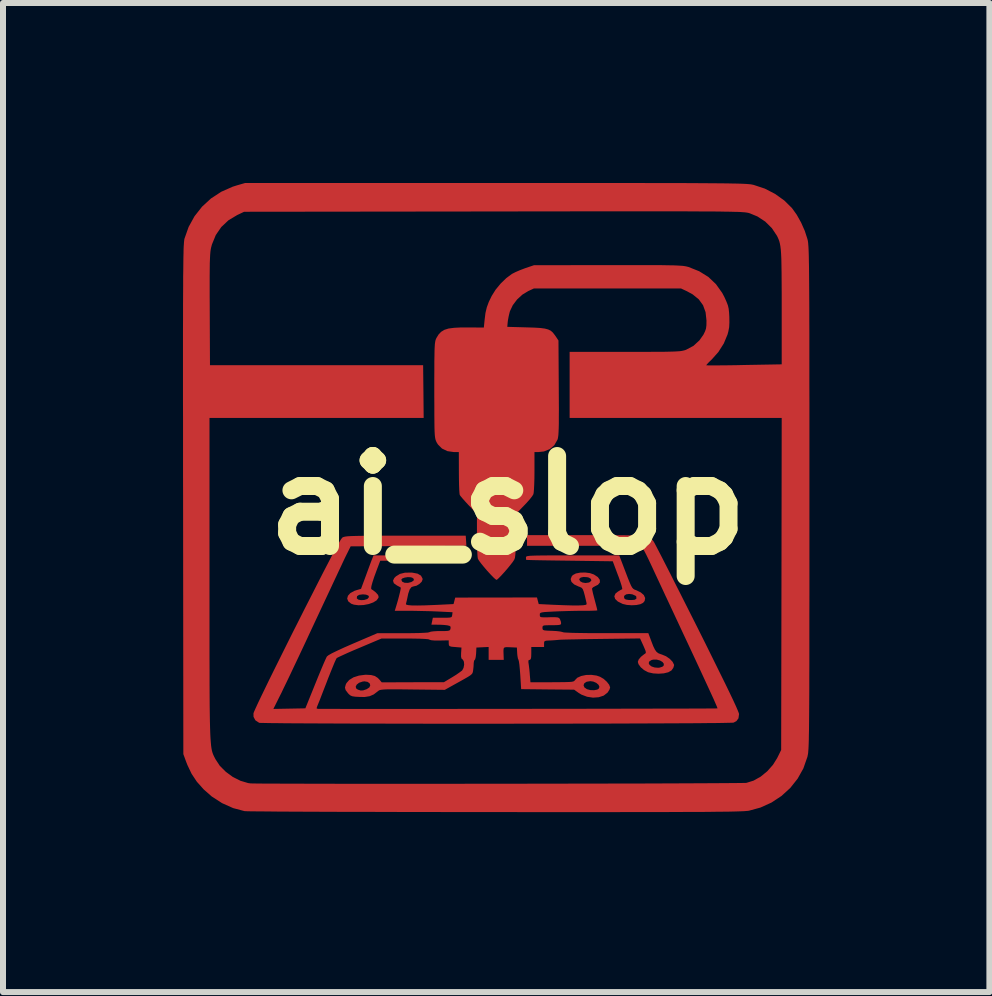
<source format=kicad_pcb>
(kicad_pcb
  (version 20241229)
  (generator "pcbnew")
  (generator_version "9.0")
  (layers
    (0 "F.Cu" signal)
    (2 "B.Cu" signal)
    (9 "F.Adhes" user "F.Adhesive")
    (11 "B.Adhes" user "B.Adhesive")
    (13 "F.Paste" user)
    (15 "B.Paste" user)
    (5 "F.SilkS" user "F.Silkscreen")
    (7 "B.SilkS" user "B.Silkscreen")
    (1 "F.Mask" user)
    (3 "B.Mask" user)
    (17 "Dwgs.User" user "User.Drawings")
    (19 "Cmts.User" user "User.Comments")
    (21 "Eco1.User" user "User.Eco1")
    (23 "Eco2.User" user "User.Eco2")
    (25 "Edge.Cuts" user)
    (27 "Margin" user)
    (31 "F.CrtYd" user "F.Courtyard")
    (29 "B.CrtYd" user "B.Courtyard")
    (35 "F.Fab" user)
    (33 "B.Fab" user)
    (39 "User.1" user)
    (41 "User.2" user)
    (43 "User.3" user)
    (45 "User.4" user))
  (footprint "ai_slop"
    (layer "F.Cu")
    (at 5.415 5.373)
    (property "Reference" "ai_slop" (at 0 0 0) (layer "F.SilkS") (effects (font (size 1.5 1.5) (thickness 0.3))))
    (attr board_only exclude_from_pos_files exclude_from_bom)
    (fp_poly (pts (xy -0.678 0.875) (xy -0.684 0.915) (xy -1.405 0.919) (xy -2.127 0.924) (xy -2.182 1.07) (xy -2.227 1.192) (xy -2.257 1.284) (xy -2.274 1.347) (xy -2.279 1.386) (xy -2.271 1.401) (xy -2.246 1.416) (xy -2.208 1.446) (xy -2.198 1.455) (xy -2.163 1.494) (xy -2.154 1.526) (xy -2.157 1.542) (xy -2.187 1.584) (xy -2.244 1.619) (xy -2.319 1.646) (xy -2.403 1.662) (xy -2.489 1.666) (xy -2.566 1.656) (xy -2.611 1.64) (xy -2.66 1.601) (xy -2.678 1.555) (xy -2.676 1.548) (xy -2.518 1.548) (xy -2.516 1.553) (xy -2.492 1.572) (xy -2.447 1.581) (xy -2.395 1.578) (xy -2.347 1.563) (xy -2.335 1.555) (xy -2.314 1.528) (xy -2.324 1.505) (xy -2.363 1.489) (xy -2.416 1.484) (xy -2.478 1.492) (xy -2.513 1.514) (xy -2.518 1.548) (xy -2.676 1.548) (xy -2.665 1.507) (xy -2.625 1.463) (xy -2.558 1.426) (xy -2.525 1.415) (xy -2.447 1.392) (xy -2.362 1.162) (xy -2.33 1.074) (xy -2.3 0.993) (xy -2.276 0.929) (xy -2.26 0.888) (xy -2.258 0.884) (xy -2.239 0.835) (xy -1.456 0.835) (xy -0.672 0.835)) (stroke (width 0) (type solid)) (fill yes) (layer "F.Cu"))
    (fp_poly (pts (xy 1.963 1.113) (xy 2.002 1.215) (xy 2.032 1.289) (xy 2.054 1.339) (xy 2.073 1.372) (xy 2.091 1.392) (xy 2.112 1.405) (xy 2.137 1.414) (xy 2.14 1.415) (xy 2.216 1.452) (xy 2.267 1.496) (xy 2.289 1.546) (xy 2.28 1.595) (xy 2.254 1.626) (xy 2.21 1.648) (xy 2.143 1.662) (xy 2.064 1.666) (xy 1.984 1.66) (xy 1.915 1.644) (xy 1.911 1.642) (xy 1.834 1.604) (xy 1.789 1.561) (xy 1.778 1.526) (xy 1.936 1.526) (xy 1.943 1.554) (xy 1.966 1.57) (xy 2.015 1.578) (xy 2.057 1.579) (xy 2.112 1.575) (xy 2.14 1.559) (xy 2.143 1.552) (xy 2.141 1.52) (xy 2.13 1.508) (xy 2.076 1.484) (xy 2.021 1.477) (xy 1.973 1.484) (xy 1.942 1.506) (xy 1.936 1.526) (xy 1.778 1.526) (xy 1.775 1.516) (xy 1.794 1.471) (xy 1.834 1.439) (xy 1.875 1.414) (xy 1.904 1.399) (xy 1.907 1.398) (xy 1.906 1.381) (xy 1.895 1.336) (xy 1.874 1.271) (xy 1.846 1.191) (xy 1.835 1.163) (xy 1.749 0.933) (xy 1.03 0.923) (xy 0.874 0.921) (xy 0.729 0.919) (xy 0.6 0.917) (xy 0.489 0.915) (xy 0.401 0.913) (xy 0.34 0.911) (xy 0.309 0.91) (xy 0.306 0.91) (xy 0.303 0.891) (xy 0.302 0.87) (xy 0.303 0.862) (xy 0.307 0.855) (xy 0.318 0.849) (xy 0.339 0.845) (xy 0.373 0.841) (xy 0.424 0.839) (xy 0.493 0.837) (xy 0.584 0.836) (xy 0.701 0.835) (xy 0.846 0.835) (xy 1.023 0.835) (xy 1.079 0.835) (xy 1.857 0.835)) (stroke (width 0) (type solid)) (fill yes) (layer "F.Cu"))
    (fp_poly (pts (xy 0.25 -5.373) (xy 0.671 -5.373) (xy 1.059 -5.373) (xy 1.415 -5.373) (xy 1.741 -5.373) (xy 2.039 -5.373) (xy 2.309 -5.372) (xy 2.554 -5.372) (xy 2.774 -5.371) (xy 2.971 -5.371) (xy 3.146 -5.37) (xy 3.301 -5.369) (xy 3.437 -5.368) (xy 3.556 -5.367) (xy 3.658 -5.366) (xy 3.745 -5.364) (xy 3.819 -5.363) (xy 3.881 -5.361) (xy 3.933 -5.359) (xy 3.975 -5.357) (xy 4.009 -5.354) (xy 4.036 -5.352) (xy 4.058 -5.349) (xy 4.077 -5.345) (xy 4.093 -5.342) (xy 4.103 -5.339) (xy 4.284 -5.279) (xy 4.454 -5.191) (xy 4.607 -5.082) (xy 4.734 -4.957) (xy 4.738 -4.952) (xy 4.816 -4.843) (xy 4.889 -4.712) (xy 4.95 -4.574) (xy 4.992 -4.444) (xy 4.996 -4.429) (xy 5 -4.413) (xy 5.003 -4.394) (xy 5.006 -4.37) (xy 5.008 -4.342) (xy 5.011 -4.307) (xy 5.013 -4.263) (xy 5.015 -4.211) (xy 5.017 -4.147) (xy 5.018 -4.071) (xy 5.02 -3.981) (xy 5.021 -3.877) (xy 5.022 -3.756) (xy 5.023 -3.617) (xy 5.024 -3.459) (xy 5.025 -3.28) (xy 5.025 -3.08) (xy 5.026 -2.856) (xy 5.026 -2.608) (xy 5.026 -2.334) (xy 5.026 -2.032) (xy 5.027 -1.701) (xy 5.027 -1.34) (xy 5.027 -0.948) (xy 5.027 -0.522) (xy 5.027 -0.124) (xy 5.027 0.331) (xy 5.027 0.751) (xy 5.027 1.14) (xy 5.027 1.496) (xy 5.026 1.823) (xy 5.026 2.121) (xy 5.026 2.392) (xy 5.026 2.637) (xy 5.025 2.857) (xy 5.025 3.055) (xy 5.024 3.23) (xy 5.023 3.385) (xy 5.022 3.522) (xy 5.021 3.641) (xy 5.02 3.743) (xy 5.018 3.831) (xy 5.017 3.905) (xy 5.015 3.968) (xy 5.013 4.019) (xy 5.011 4.061) (xy 5.008 4.096) (xy 5.006 4.124) (xy 5.003 4.146) (xy 4.999 4.165) (xy 4.996 4.182) (xy 4.992 4.198) (xy 4.991 4.2) (xy 4.926 4.386) (xy 4.83 4.557) (xy 4.708 4.711) (xy 4.561 4.845) (xy 4.394 4.955) (xy 4.211 5.038) (xy 4.021 5.09) (xy 4.002 5.093) (xy 3.976 5.095) (xy 3.941 5.098) (xy 3.895 5.1) (xy 3.839 5.102) (xy 3.769 5.104) (xy 3.686 5.106) (xy 3.587 5.107) (xy 3.471 5.108) (xy 3.338 5.11) (xy 3.184 5.111) (xy 3.01 5.111) (xy 2.814 5.112) (xy 2.595 5.113) (xy 2.351 5.113) (xy 2.08 5.113) (xy 1.783 5.114) (xy 1.456 5.114) (xy 1.1 5.114) (xy 0.712 5.114) (xy 0.291 5.114) (xy -0.163 5.113) (xy -0.21 5.113) (xy -0.59 5.113) (xy -0.962 5.113) (xy -1.322 5.112) (xy -1.671 5.112) (xy -2.006 5.111) (xy -2.326 5.11) (xy -2.629 5.11) (xy -2.913 5.109) (xy -3.177 5.108) (xy -3.42 5.107) (xy -3.639 5.106) (xy -3.834 5.105) (xy -4.002 5.103) (xy -4.142 5.102) (xy -4.252 5.101) (xy -4.33 5.1) (xy -4.376 5.098) (xy -4.387 5.098) (xy -4.579 5.047) (xy -4.764 4.964) (xy -4.936 4.853) (xy -5.071 4.734) (xy -5.184 4.607) (xy -5.271 4.476) (xy -5.341 4.329) (xy -5.361 4.278) (xy -5.409 4.147) (xy -5.413 -0.095) (xy -5.414 -0.556) (xy -5.414 -0.983) (xy -5.414 -1.378) (xy -5.414 -1.457) (xy -4.973 -1.457) (xy -4.973 1.23) (xy -4.973 1.599) (xy -4.973 1.934) (xy -4.973 2.237) (xy -4.973 2.51) (xy -4.972 2.754) (xy -4.972 2.972) (xy -4.971 3.164) (xy -4.97 3.333) (xy -4.968 3.48) (xy -4.966 3.607) (xy -4.963 3.717) (xy -4.96 3.809) (xy -4.956 3.887) (xy -4.951 3.952) (xy -4.946 4.006) (xy -4.94 4.05) (xy -4.933 4.087) (xy -4.925 4.117) (xy -4.916 4.143) (xy -4.906 4.167) (xy -4.895 4.19) (xy -4.883 4.213) (xy -4.874 4.231) (xy -4.801 4.342) (xy -4.701 4.442) (xy -4.584 4.528) (xy -4.456 4.592) (xy -4.328 4.63) (xy -4.29 4.635) (xy -4.261 4.636) (xy -4.199 4.637) (xy -4.105 4.638) (xy -3.982 4.639) (xy -3.832 4.639) (xy -3.656 4.64) (xy -3.456 4.64) (xy -3.234 4.641) (xy -2.993 4.641) (xy -2.734 4.642) (xy -2.458 4.642) (xy -2.169 4.642) (xy -1.868 4.642) (xy -1.556 4.642) (xy -1.236 4.642) (xy -0.91 4.642) (xy -0.58 4.641) (xy -0.247 4.641) (xy 0.086 4.641) (xy 0.418 4.64) (xy 0.747 4.64) (xy 1.07 4.639) (xy 1.387 4.639) (xy 1.694 4.638) (xy 1.99 4.637) (xy 2.273 4.637) (xy 2.541 4.636) (xy 2.792 4.635) (xy 3.025 4.634) (xy 3.237 4.633) (xy 3.426 4.632) (xy 3.591 4.631) (xy 3.729 4.63) (xy 3.838 4.629) (xy 3.918 4.628) (xy 3.965 4.627) (xy 3.978 4.626) (xy 4.096 4.589) (xy 4.214 4.523) (xy 4.324 4.433) (xy 4.419 4.326) (xy 4.489 4.214) (xy 4.556 4.078) (xy 4.561 1.311) (xy 4.565 -1.457) (xy 2.798 -1.457) (xy 1.03 -1.457) (xy 1.03 -2.007) (xy 1.03 -2.558) (xy 1.953 -2.558) (xy 2.159 -2.558) (xy 2.332 -2.558) (xy 2.475 -2.559) (xy 2.593 -2.559) (xy 2.688 -2.561) (xy 2.763 -2.563) (xy 2.821 -2.566) (xy 2.866 -2.569) (xy 2.901 -2.574) (xy 2.928 -2.58) (xy 2.952 -2.586) (xy 2.971 -2.593) (xy 3.094 -2.658) (xy 3.194 -2.75) (xy 3.26 -2.844) (xy 3.287 -2.899) (xy 3.303 -2.946) (xy 3.31 -3.001) (xy 3.311 -3.076) (xy 3.311 -3.082) (xy 3.296 -3.219) (xy 3.254 -3.335) (xy 3.183 -3.433) (xy 3.081 -3.516) (xy 2.986 -3.568) (xy 2.886 -3.615) (xy 1.661 -3.615) (xy 0.435 -3.615) (xy 0.342 -3.572) (xy 0.244 -3.513) (xy 0.155 -3.432) (xy 0.083 -3.337) (xy 0.036 -3.238) (xy 0.031 -3.222) (xy 0.014 -3.151) (xy 0.001 -3.081) (xy -0.003 -3.046) (xy -0.009 -2.975) (xy 0.311 -2.966) (xy 0.441 -2.962) (xy 0.541 -2.956) (xy 0.617 -2.946) (xy 0.673 -2.931) (xy 0.716 -2.91) (xy 0.75 -2.88) (xy 0.781 -2.84) (xy 0.795 -2.821) (xy 0.844 -2.747) (xy 0.849 -1.955) (xy 0.85 -1.762) (xy 0.851 -1.602) (xy 0.85 -1.471) (xy 0.85 -1.365) (xy 0.848 -1.281) (xy 0.845 -1.217) (xy 0.842 -1.169) (xy 0.837 -1.133) (xy 0.832 -1.107) (xy 0.826 -1.091) (xy 0.774 -1.001) (xy 0.698 -0.936) (xy 0.602 -0.898) (xy 0.512 -0.888) (xy 0.444 -0.888) (xy 0.444 -0.561) (xy 0.443 -0.452) (xy 0.44 -0.353) (xy 0.436 -0.271) (xy 0.431 -0.212) (xy 0.426 -0.185) (xy 0.406 -0.152) (xy 0.367 -0.102) (xy 0.315 -0.043) (xy 0.276 -0.002) (xy 0.145 0.133) (xy 0.139 0.497) (xy 0.136 0.638) (xy 0.131 0.746) (xy 0.125 0.824) (xy 0.118 0.876) (xy 0.108 0.904) (xy 0.083 0.942) (xy 0.043 0.994) (xy -0.006 1.054) (xy -0.058 1.114) (xy -0.108 1.169) (xy -0.151 1.213) (xy -0.18 1.239) (xy -0.188 1.243) (xy -0.209 1.23) (xy -0.246 1.196) (xy -0.294 1.146) (xy -0.347 1.088) (xy -0.399 1.027) (xy -0.446 0.969) (xy -0.481 0.922) (xy -0.499 0.891) (xy -0.504 0.861) (xy -0.508 0.802) (xy -0.512 0.72) (xy -0.514 0.62) (xy -0.515 0.51) (xy -0.515 0.497) (xy -0.515 0.144) (xy -0.653 -0.001) (xy -0.709 -0.062) (xy -0.757 -0.116) (xy -0.79 -0.156) (xy -0.802 -0.175) (xy -0.806 -0.201) (xy -0.81 -0.257) (xy -0.813 -0.336) (xy -0.815 -0.433) (xy -0.816 -0.541) (xy -0.816 -0.546) (xy -0.817 -0.888) (xy -0.903 -0.888) (xy -1.007 -0.903) (xy -1.097 -0.946) (xy -1.165 -1.014) (xy -1.186 -1.048) (xy -1.195 -1.067) (xy -1.203 -1.087) (xy -1.209 -1.11) (xy -1.214 -1.139) (xy -1.218 -1.179) (xy -1.221 -1.233) (xy -1.223 -1.303) (xy -1.224 -1.394) (xy -1.225 -1.509) (xy -1.225 -1.65) (xy -1.226 -1.822) (xy -1.226 -1.923) (xy -1.226 -2.112) (xy -1.225 -2.27) (xy -1.225 -2.398) (xy -1.223 -2.501) (xy -1.222 -2.582) (xy -1.219 -2.644) (xy -1.216 -2.69) (xy -1.211 -2.725) (xy -1.206 -2.75) (xy -1.199 -2.77) (xy -1.191 -2.788) (xy -1.155 -2.847) (xy -1.112 -2.892) (xy -1.058 -2.925) (xy -0.988 -2.947) (xy -0.895 -2.959) (xy -0.777 -2.965) (xy -0.661 -2.965) (xy -0.4 -2.963) (xy -0.387 -3.093) (xy -0.373 -3.206) (xy -0.351 -3.299) (xy -0.318 -3.389) (xy -0.269 -3.49) (xy -0.204 -3.594) (xy -0.119 -3.697) (xy -0.025 -3.788) (xy 0.068 -3.857) (xy 0.074 -3.86) (xy 0.129 -3.888) (xy 0.203 -3.92) (xy 0.282 -3.95) (xy 0.293 -3.954) (xy 0.435 -4.002) (xy 1.67 -4.004) (xy 1.91 -4.004) (xy 2.118 -4.004) (xy 2.296 -4.004) (xy 2.446 -4.004) (xy 2.572 -4.003) (xy 2.675 -4.001) (xy 2.759 -4) (xy 2.826 -3.997) (xy 2.878 -3.994) (xy 2.92 -3.991) (xy 2.953 -3.986) (xy 2.979 -3.981) (xy 3.002 -3.975) (xy 3.011 -3.973) (xy 3.189 -3.902) (xy 3.342 -3.807) (xy 3.469 -3.687) (xy 3.573 -3.541) (xy 3.61 -3.471) (xy 3.645 -3.393) (xy 3.668 -3.333) (xy 3.681 -3.277) (xy 3.688 -3.21) (xy 3.692 -3.141) (xy 3.693 -3.044) (xy 3.689 -2.968) (xy 3.676 -2.899) (xy 3.662 -2.847) (xy 3.6 -2.698) (xy 3.51 -2.556) (xy 3.398 -2.43) (xy 3.394 -2.427) (xy 3.35 -2.384) (xy 3.319 -2.351) (xy 3.308 -2.335) (xy 3.308 -2.334) (xy 3.327 -2.333) (xy 3.377 -2.332) (xy 3.455 -2.332) (xy 3.556 -2.333) (xy 3.676 -2.334) (xy 3.811 -2.336) (xy 3.94 -2.339) (xy 4.565 -2.35) (xy 4.565 -3.302) (xy 4.565 -3.521) (xy 4.564 -3.708) (xy 4.563 -3.865) (xy 4.561 -3.996) (xy 4.559 -4.104) (xy 4.555 -4.191) (xy 4.55 -4.262) (xy 4.543 -4.319) (xy 4.534 -4.366) (xy 4.524 -4.405) (xy 4.511 -4.439) (xy 4.496 -4.472) (xy 4.485 -4.494) (xy 4.401 -4.62) (xy 4.29 -4.73) (xy 4.16 -4.815) (xy 4.034 -4.867) (xy 4.021 -4.871) (xy 4.007 -4.875) (xy 3.991 -4.878) (xy 3.972 -4.881) (xy 3.947 -4.884) (xy 3.917 -4.886) (xy 3.879 -4.889) (xy 3.831 -4.891) (xy 3.774 -4.892) (xy 3.705 -4.894) (xy 3.622 -4.895) (xy 3.525 -4.897) (xy 3.413 -4.898) (xy 3.283 -4.898) (xy 3.134 -4.899) (xy 2.965 -4.9) (xy 2.775 -4.9) (xy 2.562 -4.9) (xy 2.325 -4.9) (xy 2.063 -4.9) (xy 1.773 -4.9) (xy 1.456 -4.9) (xy 1.108 -4.9) (xy 0.73 -4.899) (xy 0.319 -4.899) (xy -0.126 -4.898) (xy -0.24 -4.898) (xy -4.396 -4.893) (xy -4.512 -4.838) (xy -4.657 -4.751) (xy -4.776 -4.639) (xy -4.868 -4.505) (xy -4.932 -4.349) (xy -4.947 -4.293) (xy -4.953 -4.262) (xy -4.958 -4.223) (xy -4.962 -4.175) (xy -4.965 -4.113) (xy -4.968 -4.035) (xy -4.969 -3.937) (xy -4.97 -3.817) (xy -4.97 -3.671) (xy -4.97 -3.497) (xy -4.969 -3.29) (xy -4.969 -3.256) (xy -4.965 -2.336) (xy -3.188 -2.336) (xy -1.412 -2.336) (xy -1.407 -1.896) (xy -1.403 -1.457) (xy -3.188 -1.457) (xy -4.973 -1.457) (xy -5.414 -1.457) (xy -5.415 -1.741) (xy -5.415 -2.074) (xy -5.415 -2.378) (xy -5.415 -2.654) (xy -5.415 -2.905) (xy -5.414 -3.13) (xy -5.414 -3.332) (xy -5.413 -3.512) (xy -5.412 -3.671) (xy -5.412 -3.811) (xy -5.41 -3.932) (xy -5.409 -4.037) (xy -5.408 -4.126) (xy -5.406 -4.202) (xy -5.405 -4.264) (xy -5.403 -4.315) (xy -5.4 -4.356) (xy -5.398 -4.388) (xy -5.395 -4.413) (xy -5.393 -4.432) (xy -5.39 -4.445) (xy -5.321 -4.64) (xy -5.223 -4.818) (xy -5.097 -4.978) (xy -4.948 -5.115) (xy -4.776 -5.227) (xy -4.586 -5.311) (xy -4.52 -5.332) (xy -4.378 -5.373) (xy -0.204 -5.373)) (stroke (width 0) (type solid)) (fill yes) (layer "F.Cu"))
    (fp_poly (pts (xy 1.508 0.497) (xy 1.697 0.498) (xy 1.855 0.499) (xy 1.986 0.5) (xy 2.094 0.503) (xy 2.18 0.507) (xy 2.247 0.513) (xy 2.299 0.52) (xy 2.338 0.529) (xy 2.367 0.541) (xy 2.389 0.556) (xy 2.407 0.573) (xy 2.423 0.594) (xy 2.429 0.601) (xy 2.442 0.624) (xy 2.47 0.677) (xy 2.511 0.756) (xy 2.565 0.86) (xy 2.629 0.986) (xy 2.704 1.132) (xy 2.786 1.296) (xy 2.877 1.475) (xy 2.973 1.666) (xy 3.075 1.868) (xy 3.16 2.037) (xy 3.299 2.315) (xy 3.421 2.562) (xy 3.528 2.779) (xy 3.62 2.965) (xy 3.696 3.122) (xy 3.757 3.25) (xy 3.803 3.35) (xy 3.834 3.422) (xy 3.851 3.466) (xy 3.854 3.481) (xy 3.844 3.551) (xy 3.81 3.597) (xy 3.763 3.622) (xy 3.74 3.624) (xy 3.684 3.625) (xy 3.596 3.627) (xy 3.478 3.629) (xy 3.333 3.63) (xy 3.162 3.632) (xy 2.967 3.633) (xy 2.751 3.634) (xy 2.515 3.635) (xy 2.261 3.636) (xy 1.991 3.637) (xy 1.708 3.638) (xy 1.412 3.639) (xy 1.107 3.639) (xy 0.794 3.64) (xy 0.474 3.64) (xy 0.151 3.64) (xy -0.175 3.641) (xy -0.5 3.641) (xy -0.824 3.641) (xy -1.144 3.641) (xy -1.458 3.64) (xy -1.764 3.64) (xy -2.061 3.639) (xy -2.346 3.639) (xy -2.617 3.638) (xy -2.873 3.637) (xy -3.111 3.636) (xy -3.329 3.635) (xy -3.526 3.634) (xy -3.7 3.633) (xy -3.848 3.631) (xy -3.969 3.63) (xy -4.06 3.628) (xy -4.12 3.627) (xy -4.147 3.625) (xy -4.147 3.624) (xy -4.208 3.584) (xy -4.239 3.526) (xy -4.24 3.468) (xy -4.231 3.442) (xy -4.206 3.386) (xy -4.168 3.303) (xy -4.116 3.194) (xy -4.052 3.062) (xy -3.978 2.909) (xy -3.893 2.737) (xy -3.799 2.548) (xy -3.697 2.343) (xy -3.589 2.126) (xy -3.517 1.984) (xy -3.384 1.72) (xy -3.265 1.487) (xy -3.161 1.282) (xy -3.071 1.106) (xy -2.993 0.956) (xy -2.928 0.831) (xy -2.874 0.73) (xy -2.831 0.652) (xy -2.798 0.594) (xy -2.774 0.557) (xy -2.759 0.538) (xy -2.757 0.537) (xy -2.744 0.53) (xy -2.727 0.525) (xy -2.702 0.52) (xy -2.667 0.516) (xy -2.618 0.513) (xy -2.553 0.511) (xy -2.469 0.509) (xy -2.363 0.508) (xy -2.232 0.507) (xy -2.074 0.506) (xy -1.886 0.506) (xy -1.706 0.506) (xy -0.702 0.506) (xy -0.696 0.59) (xy -0.691 0.675) (xy -1.655 0.679) (xy -2.62 0.684) (xy -2.673 0.791) (xy -2.685 0.814) (xy -2.698 0.841) (xy -2.713 0.871) (xy -2.731 0.909) (xy -2.753 0.956) (xy -2.78 1.014) (xy -2.814 1.086) (xy -2.855 1.174) (xy -2.905 1.28) (xy -2.964 1.407) (xy -3.034 1.556) (xy -3.116 1.731) (xy -3.21 1.932) (xy -3.318 2.163) (xy -3.34 2.211) (xy -3.414 2.369) (xy -3.488 2.526) (xy -3.56 2.678) (xy -3.627 2.82) (xy -3.687 2.945) (xy -3.738 3.05) (xy -3.776 3.13) (xy -3.786 3.149) (xy -3.908 3.394) (xy -3.642 3.389) (xy -3.375 3.384) (xy -3.208 2.971) (xy -3.161 2.855) (xy -3.117 2.749) (xy -3.079 2.658) (xy -3.047 2.585) (xy -3.025 2.537) (xy -3.016 2.52) (xy -2.99 2.499) (xy -2.932 2.466) (xy -2.843 2.423) (xy -2.726 2.369) (xy -2.584 2.307) (xy -2.176 2.132) (xy -1.746 2.132) (xy -1.604 2.131) (xy -1.486 2.129) (xy -1.395 2.125) (xy -1.335 2.121) (xy -1.307 2.115) (xy -1.306 2.114) (xy -1.284 2.106) (xy -1.235 2.1) (xy -1.168 2.096) (xy -1.129 2.096) (xy -1.051 2.096) (xy -1.002 2.093) (xy -0.975 2.087) (xy -0.962 2.075) (xy -0.956 2.056) (xy -0.955 2.053) (xy -0.954 2.024) (xy -0.973 2.009) (xy -1.011 2) (xy -1.066 1.994) (xy -1.137 1.99) (xy -1.175 1.99) (xy -1.274 1.989) (xy -1.262 1.932) (xy -1.25 1.874) (xy -1.091 1.874) (xy -1.016 1.874) (xy -0.969 1.871) (xy -0.943 1.865) (xy -0.932 1.852) (xy -0.928 1.832) (xy -0.927 1.828) (xy -0.922 1.782) (xy -1.165 1.77) (xy -1.285 1.765) (xy -1.42 1.762) (xy -1.554 1.759) (xy -1.647 1.758) (xy -1.885 1.758) (xy -1.872 1.718) (xy -1.853 1.654) (xy -1.832 1.582) (xy -1.813 1.509) (xy -1.797 1.445) (xy -1.787 1.397) (xy -1.784 1.373) (xy -1.784 1.372) (xy -1.803 1.36) (xy -1.841 1.34) (xy -1.85 1.335) (xy -1.9 1.299) (xy -1.914 1.257) (xy -1.906 1.239) (xy -1.776 1.239) (xy -1.761 1.273) (xy -1.721 1.291) (xy -1.665 1.293) (xy -1.609 1.279) (xy -1.571 1.255) (xy -1.566 1.228) (xy -1.594 1.206) (xy -1.621 1.199) (xy -1.67 1.197) (xy -1.72 1.205) (xy -1.76 1.22) (xy -1.776 1.239) (xy -1.776 1.239) (xy -1.906 1.239) (xy -1.893 1.212) (xy -1.865 1.184) (xy -1.798 1.143) (xy -1.715 1.123) (xy -1.609 1.121) (xy -1.589 1.123) (xy -1.504 1.139) (xy -1.448 1.172) (xy -1.422 1.22) (xy -1.421 1.237) (xy -1.436 1.274) (xy -1.474 1.311) (xy -1.522 1.34) (xy -1.566 1.35) (xy -1.605 1.362) (xy -1.636 1.402) (xy -1.66 1.472) (xy -1.668 1.51) (xy -1.681 1.572) (xy -1.693 1.622) (xy -1.699 1.645) (xy -1.692 1.656) (xy -1.66 1.664) (xy -1.6 1.669) (xy -1.51 1.67) (xy -1.39 1.668) (xy -1.237 1.662) (xy -1.148 1.658) (xy -0.905 1.646) (xy -0.891 1.592) (xy -0.877 1.538) (xy -0.196 1.537) (xy 0.486 1.536) (xy 0.5 1.591) (xy 0.515 1.646) (xy 0.757 1.658) (xy 0.932 1.665) (xy 1.073 1.669) (xy 1.18 1.669) (xy 1.255 1.666) (xy 1.299 1.659) (xy 1.314 1.648) (xy 1.314 1.647) (xy 1.31 1.62) (xy 1.298 1.569) (xy 1.283 1.505) (xy 1.282 1.501) (xy 1.264 1.436) (xy 1.249 1.397) (xy 1.229 1.374) (xy 1.199 1.36) (xy 1.181 1.354) (xy 1.106 1.319) (xy 1.061 1.277) (xy 1.049 1.235) (xy 1.19 1.235) (xy 1.206 1.266) (xy 1.245 1.287) (xy 1.296 1.295) (xy 1.35 1.287) (xy 1.368 1.279) (xy 1.392 1.254) (xy 1.385 1.227) (xy 1.351 1.205) (xy 1.323 1.198) (xy 1.262 1.194) (xy 1.215 1.204) (xy 1.191 1.227) (xy 1.19 1.235) (xy 1.049 1.235) (xy 1.047 1.23) (xy 1.066 1.182) (xy 1.085 1.162) (xy 1.134 1.136) (xy 1.206 1.122) (xy 1.288 1.12) (xy 1.368 1.13) (xy 1.435 1.153) (xy 1.5 1.196) (xy 1.533 1.242) (xy 1.534 1.286) (xy 1.503 1.324) (xy 1.457 1.347) (xy 1.42 1.367) (xy 1.403 1.388) (xy 1.403 1.389) (xy 1.408 1.415) (xy 1.419 1.467) (xy 1.437 1.536) (xy 1.448 1.578) (xy 1.467 1.649) (xy 1.482 1.707) (xy 1.49 1.743) (xy 1.492 1.751) (xy 1.475 1.754) (xy 1.43 1.756) (xy 1.361 1.758) (xy 1.277 1.758) (xy 1.255 1.758) (xy 1.138 1.759) (xy 1.003 1.762) (xy 0.869 1.766) (xy 0.775 1.77) (xy 0.679 1.775) (xy 0.612 1.779) (xy 0.569 1.785) (xy 0.546 1.792) (xy 0.535 1.802) (xy 0.533 1.817) (xy 0.533 1.823) (xy 0.534 1.844) (xy 0.54 1.858) (xy 0.559 1.865) (xy 0.597 1.867) (xy 0.659 1.867) (xy 0.714 1.865) (xy 0.784 1.865) (xy 0.827 1.868) (xy 0.852 1.877) (xy 0.867 1.894) (xy 0.869 1.898) (xy 0.885 1.941) (xy 0.888 1.966) (xy 0.885 1.982) (xy 0.869 1.991) (xy 0.835 1.996) (xy 0.776 1.998) (xy 0.733 1.998) (xy 0.658 1.999) (xy 0.612 2.001) (xy 0.588 2.008) (xy 0.579 2.02) (xy 0.577 2.041) (xy 0.577 2.043) (xy 0.579 2.064) (xy 0.588 2.077) (xy 0.611 2.085) (xy 0.655 2.089) (xy 0.727 2.092) (xy 0.737 2.092) (xy 0.81 2.096) (xy 0.87 2.103) (xy 0.907 2.111) (xy 0.914 2.114) (xy 0.936 2.119) (xy 0.99 2.122) (xy 1.076 2.126) (xy 1.188 2.128) (xy 1.327 2.13) (xy 1.487 2.131) (xy 1.636 2.131) (xy 2.342 2.131) (xy 2.39 2.26) (xy 2.423 2.346) (xy 2.451 2.404) (xy 2.478 2.442) (xy 2.509 2.466) (xy 2.55 2.482) (xy 2.567 2.487) (xy 2.637 2.516) (xy 2.699 2.559) (xy 2.746 2.608) (xy 2.77 2.656) (xy 2.771 2.668) (xy 2.758 2.71) (xy 2.728 2.752) (xy 2.725 2.754) (xy 2.674 2.783) (xy 2.6 2.801) (xy 2.513 2.807) (xy 2.424 2.802) (xy 2.344 2.784) (xy 2.335 2.781) (xy 2.27 2.746) (xy 2.215 2.699) (xy 2.178 2.648) (xy 2.173 2.631) (xy 2.348 2.631) (xy 2.362 2.66) (xy 2.396 2.686) (xy 2.446 2.703) (xy 2.505 2.708) (xy 2.531 2.705) (xy 2.573 2.692) (xy 2.596 2.676) (xy 2.601 2.643) (xy 2.579 2.612) (xy 2.537 2.587) (xy 2.483 2.572) (xy 2.426 2.572) (xy 2.397 2.578) (xy 2.358 2.602) (xy 2.348 2.631) (xy 2.173 2.631) (xy 2.167 2.609) (xy 2.181 2.57) (xy 2.219 2.525) (xy 2.27 2.484) (xy 2.281 2.477) (xy 2.296 2.466) (xy 2.301 2.449) (xy 2.293 2.419) (xy 2.272 2.369) (xy 2.259 2.339) (xy 2.204 2.219) (xy 1.56 2.227) (xy 1.409 2.229) (xy 1.267 2.231) (xy 1.139 2.234) (xy 1.029 2.236) (xy 0.942 2.238) (xy 0.881 2.24) (xy 0.853 2.242) (xy 0.797 2.247) (xy 0.727 2.252) (xy 0.697 2.253) (xy 0.643 2.256) (xy 0.615 2.263) (xy 0.605 2.281) (xy 0.604 2.309) (xy 0.604 2.362) (xy 0.497 2.362) (xy 0.391 2.362) (xy 0.391 2.469) (xy 0.389 2.53) (xy 0.382 2.563) (xy 0.368 2.575) (xy 0.363 2.576) (xy 0.343 2.585) (xy 0.343 2.617) (xy 0.344 2.624) (xy 0.35 2.666) (xy 0.358 2.73) (xy 0.365 2.803) (xy 0.365 2.811) (xy 0.377 2.949) (xy 0.739 2.949) (xy 0.861 2.948) (xy 0.953 2.947) (xy 1.019 2.945) (xy 1.063 2.942) (xy 1.091 2.936) (xy 1.107 2.928) (xy 1.116 2.918) (xy 1.118 2.915) (xy 1.158 2.874) (xy 1.223 2.845) (xy 1.305 2.828) (xy 1.393 2.826) (xy 1.48 2.838) (xy 1.537 2.858) (xy 1.597 2.893) (xy 1.65 2.941) (xy 1.689 2.991) (xy 1.705 3.035) (xy 1.705 3.037) (xy 1.694 3.072) (xy 1.667 3.115) (xy 1.661 3.123) (xy 1.598 3.172) (xy 1.515 3.199) (xy 1.42 3.206) (xy 1.321 3.191) (xy 1.226 3.155) (xy 1.179 3.126) (xy 1.105 3.073) (xy 0.664 3.069) (xy 0.222 3.064) (xy 0.218 3) (xy 1.262 3) (xy 1.277 3.036) (xy 1.319 3.065) (xy 1.375 3.08) (xy 1.437 3.082) (xy 1.49 3.072) (xy 1.514 3.058) (xy 1.527 3.026) (xy 1.511 2.991) (xy 1.475 2.96) (xy 1.424 2.938) (xy 1.375 2.931) (xy 1.313 2.941) (xy 1.275 2.966) (xy 1.262 3) (xy 0.218 3) (xy 0.207 2.824) (xy 0.2 2.736) (xy 0.193 2.66) (xy 0.185 2.605) (xy 0.178 2.577) (xy 0.177 2.575) (xy 0.168 2.554) (xy 0.16 2.508) (xy 0.156 2.469) (xy 0.151 2.371) (xy 0.04 2.366) (xy -0.019 2.364) (xy -0.054 2.368) (xy -0.07 2.387) (xy -0.073 2.427) (xy -0.071 2.491) (xy -0.068 2.576) (xy -0.194 2.576) (xy -0.32 2.576) (xy -0.32 2.468) (xy -0.32 2.361) (xy -0.422 2.366) (xy -0.524 2.371) (xy -0.529 2.473) (xy -0.535 2.528) (xy -0.544 2.565) (xy -0.552 2.576) (xy -0.563 2.591) (xy -0.569 2.629) (xy -0.569 2.633) (xy -0.572 2.693) (xy -0.579 2.754) (xy -0.583 2.777) (xy -0.589 2.796) (xy -0.601 2.813) (xy -0.624 2.833) (xy -0.662 2.858) (xy -0.719 2.891) (xy -0.799 2.936) (xy -0.877 2.979) (xy -1.051 3.076) (xy -1.59 3.07) (xy -1.742 3.068) (xy -1.863 3.067) (xy -1.957 3.067) (xy -2.027 3.068) (xy -2.077 3.071) (xy -2.112 3.075) (xy -2.136 3.08) (xy -2.152 3.088) (xy -2.165 3.098) (xy -2.17 3.102) (xy -2.235 3.152) (xy -2.304 3.182) (xy -2.386 3.195) (xy -2.473 3.194) (xy -2.545 3.19) (xy -2.592 3.183) (xy -2.623 3.17) (xy -2.65 3.148) (xy -2.666 3.13) (xy -2.704 3.08) (xy -2.715 3.038) (xy -2.711 3.023) (xy -2.536 3.023) (xy -2.527 3.054) (xy -2.5 3.072) (xy -2.453 3.087) (xy -2.412 3.085) (xy -2.359 3.067) (xy -2.353 3.065) (xy -2.308 3.035) (xy -2.293 3) (xy -2.304 2.967) (xy -2.338 2.943) (xy -2.39 2.934) (xy -2.421 2.938) (xy -2.48 2.958) (xy -2.519 2.989) (xy -2.536 3.023) (xy -2.711 3.023) (xy -2.702 2.989) (xy -2.69 2.964) (xy -2.644 2.911) (xy -2.572 2.867) (xy -2.481 2.838) (xy -2.381 2.825) (xy -2.366 2.824) (xy -2.279 2.829) (xy -2.217 2.845) (xy -2.168 2.877) (xy -2.139 2.907) (xy -2.102 2.951) (xy -1.584 2.949) (xy -1.065 2.948) (xy -0.928 2.866) (xy -0.862 2.825) (xy -0.806 2.786) (xy -0.767 2.757) (xy -0.759 2.749) (xy -0.738 2.708) (xy -0.728 2.657) (xy -0.732 2.608) (xy -0.748 2.574) (xy -0.757 2.568) (xy -0.773 2.553) (xy -0.78 2.52) (xy -0.779 2.464) (xy -0.773 2.371) (xy -0.879 2.362) (xy -0.937 2.357) (xy -0.969 2.348) (xy -0.982 2.333) (xy -0.985 2.306) (xy -0.985 2.302) (xy -0.986 2.251) (xy -1.14 2.254) (xy -1.219 2.254) (xy -1.275 2.249) (xy -1.304 2.241) (xy -1.305 2.239) (xy -1.327 2.232) (xy -1.384 2.227) (xy -1.475 2.223) (xy -1.6 2.221) (xy -1.711 2.22) (xy -2.105 2.22) (xy -2.469 2.374) (xy -2.576 2.419) (xy -2.672 2.461) (xy -2.753 2.498) (xy -2.813 2.526) (xy -2.847 2.543) (xy -2.853 2.547) (xy -2.865 2.569) (xy -2.888 2.619) (xy -2.918 2.692) (xy -2.955 2.783) (xy -2.997 2.888) (xy -3.02 2.949) (xy -3.063 3.059) (xy -3.102 3.16) (xy -3.135 3.246) (xy -3.162 3.312) (xy -3.178 3.352) (xy -3.182 3.362) (xy -3.188 3.385) (xy -3.166 3.393) (xy -3.158 3.393) (xy -3.034 3.393) (xy -2.883 3.393) (xy -2.708 3.394) (xy -2.512 3.394) (xy -2.295 3.394) (xy -2.06 3.394) (xy -1.81 3.394) (xy -1.546 3.394) (xy -1.27 3.394) (xy -0.985 3.394) (xy -0.693 3.393) (xy -0.395 3.393) (xy -0.094 3.393) (xy 0.208 3.393) (xy 0.509 3.392) (xy 0.807 3.392) (xy 1.1 3.392) (xy 1.386 3.391) (xy 1.663 3.391) (xy 1.928 3.39) (xy 2.179 3.39) (xy 2.415 3.389) (xy 2.633 3.389) (xy 2.832 3.388) (xy 3.008 3.388) (xy 3.161 3.387) (xy 3.287 3.387) (xy 3.386 3.386) (xy 3.454 3.386) (xy 3.49 3.385) (xy 3.495 3.385) (xy 3.492 3.375) (xy 3.481 3.347) (xy 3.461 3.301) (xy 3.432 3.234) (xy 3.392 3.147) (xy 3.341 3.036) (xy 3.279 2.902) (xy 3.206 2.744) (xy 3.12 2.559) (xy 3.021 2.347) (xy 2.908 2.106) (xy 2.782 1.836) (xy 2.641 1.535) (xy 2.633 1.519) (xy 2.579 1.402) (xy 2.521 1.278) (xy 2.465 1.158) (xy 2.416 1.052) (xy 2.385 0.986) (xy 2.345 0.901) (xy 2.308 0.825) (xy 2.276 0.763) (xy 2.254 0.726) (xy 2.252 0.724) (xy 2.218 0.675) (xy 1.269 0.675) (xy 0.32 0.675) (xy 0.32 0.586) (xy 0.32 0.497) (xy 1.287 0.497)) (stroke (width 0) (type solid)) (fill yes) (layer "F.Cu")))
  (gr_rect
    (start -3 -3)
    (end 13.442 13.487)
    (stroke (width 0.1) (type default))
    (fill no)
    (layer "Edge.Cuts")))
</source>
